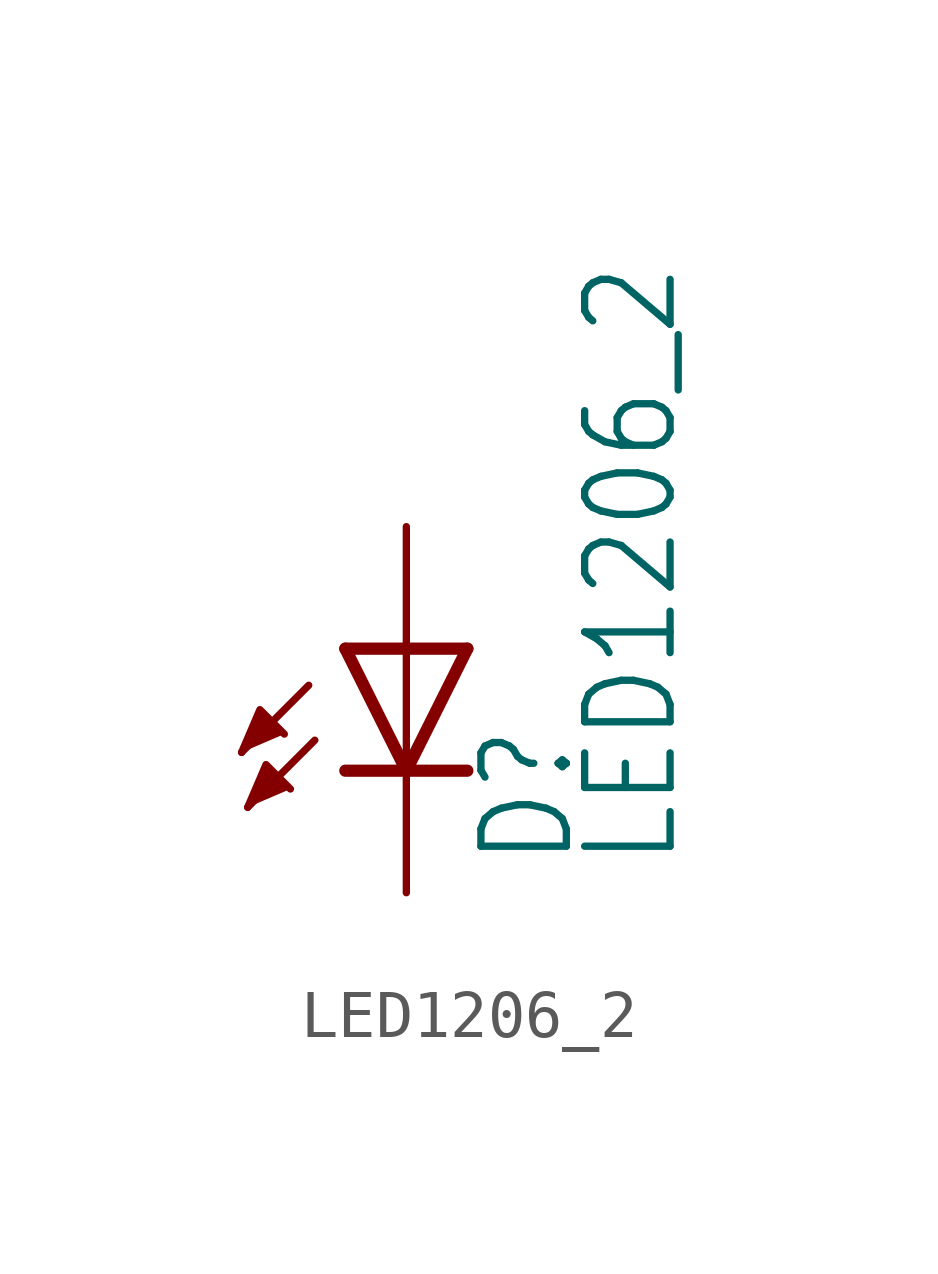
<source format=kicad_sym>
(kicad_symbol_lib
  (version 20211014)
  (generator kicad_symbol_editor)
  (symbol "LED1206_2"
    (property "Reference" "D"
      (at 3.556 -2.032 90)
      (effects (font (size 1.778 1.511)) (justify left bottom)))
    (property "Value" "LED1206_2"
      (at 5.715 -2.032 90)
      (effects (font (size 1.778 1.511)) (justify left bottom)))
    (property "ki_locked" ""
      (at 0 0 0)
      (effects (font (size 1.27 1.27))))
    (symbol "LED1206_2_1_0"
      (polyline (pts (xy -2.032 1.778) (xy -3.429 0.381)) (stroke (width 0.152) (type default) (color 0 0 0 0)) (fill (type none)))
      (polyline (pts (xy -1.905 0.635) (xy -3.302 -0.762)) (stroke (width 0.152) (type default) (color 0 0 0 0)) (fill (type none)))
      (polyline (pts (xy 0 0) (xy -1.27 0)) (stroke (width 0.254) (type default) (color 0 0 0 0)) (fill (type none)))
      (polyline (pts (xy 0 0) (xy -1.27 2.54)) (stroke (width 0.254) (type default) (color 0 0 0 0)) (fill (type none)))
      (polyline (pts (xy 0 2.54) (xy -1.27 2.54)) (stroke (width 0.254) (type default) (color 0 0 0 0)) (fill (type none)))
      (polyline (pts (xy 0 2.54) (xy 0 0)) (stroke (width 0.152) (type default) (color 0 0 0 0)) (fill (type none)))
      (polyline (pts (xy 1.27 0) (xy 0 0)) (stroke (width 0.254) (type default) (color 0 0 0 0)) (fill (type none)))
      (polyline (pts (xy 1.27 2.54) (xy 0 0)) (stroke (width 0.254) (type default) (color 0 0 0 0)) (fill (type none)))
      (polyline (pts (xy 1.27 2.54) (xy 0 2.54)) (stroke (width 0.254) (type default) (color 0 0 0 0)) (fill (type none)))
      (polyline (pts (xy -3.429 0.381) (xy -3.048 1.27) (xy -2.54 0.762)) (stroke (width 0) (type default) (color 0 0 0 0)) (fill (type outline)))
      (polyline (pts (xy -3.302 -0.762) (xy -2.921 0.127) (xy -2.413 -0.381)) (stroke (width 0) (type default) (color 0 0 0 0)) (fill (type outline)))
      (pin passive line (at 0 5.08 270) (length 2.54) (name "A" (effects (font (size 0 0)))) (number "A" (effects (font (size 0 0)))))
      (pin passive line (at 0 -2.54 90) (length 2.54) (name "C" (effects (font (size 0 0)))) (number "K" (effects (font (size 0 0))))))))
</source>
